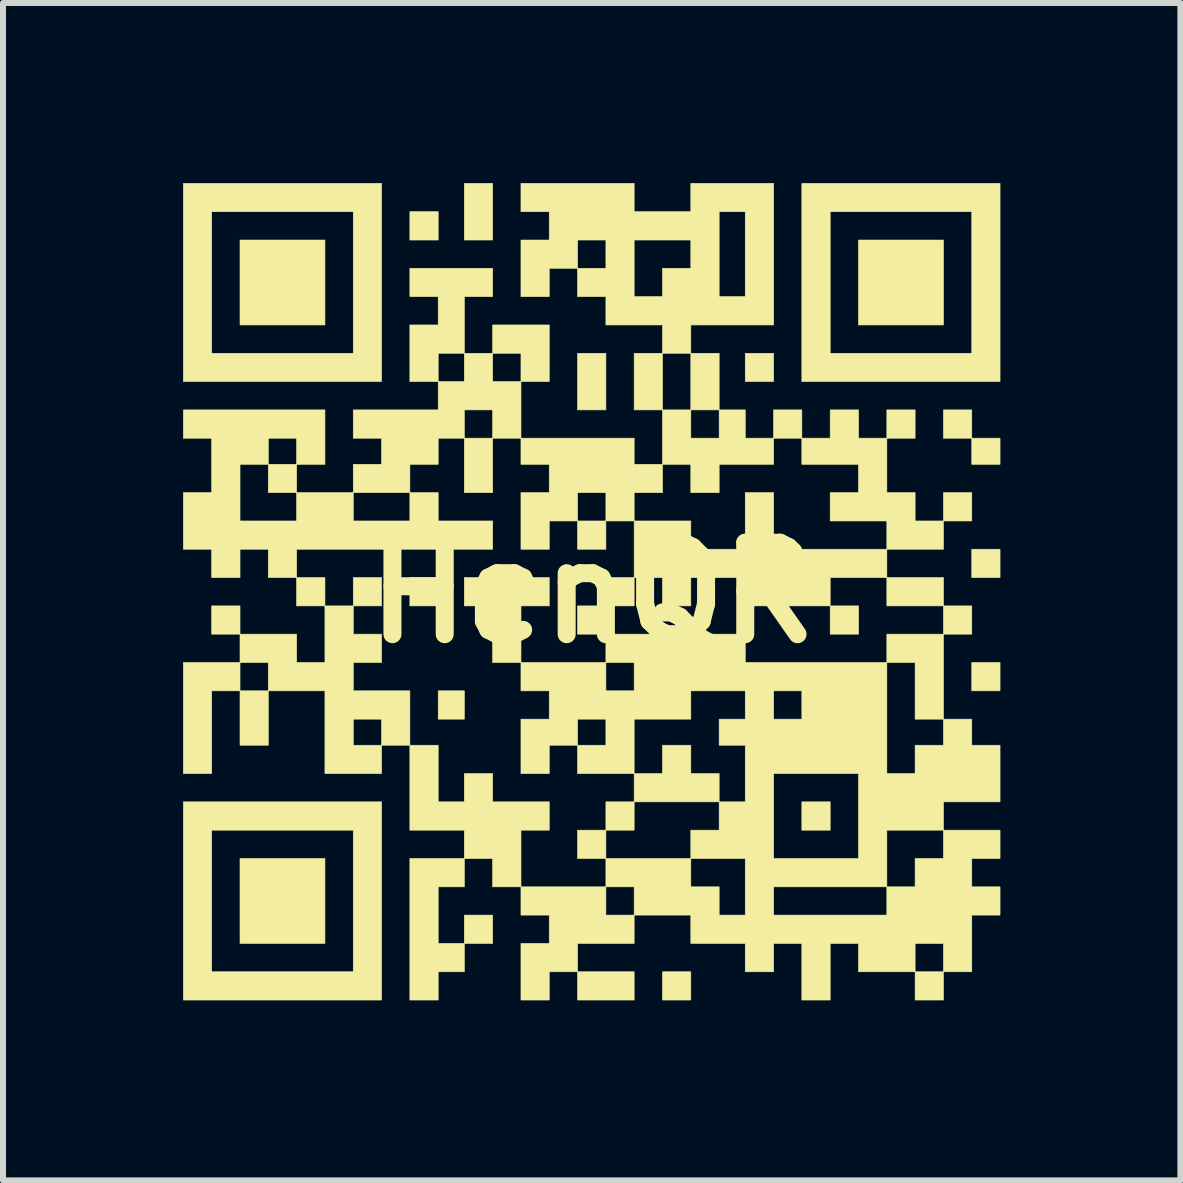
<source format=kicad_pcb>
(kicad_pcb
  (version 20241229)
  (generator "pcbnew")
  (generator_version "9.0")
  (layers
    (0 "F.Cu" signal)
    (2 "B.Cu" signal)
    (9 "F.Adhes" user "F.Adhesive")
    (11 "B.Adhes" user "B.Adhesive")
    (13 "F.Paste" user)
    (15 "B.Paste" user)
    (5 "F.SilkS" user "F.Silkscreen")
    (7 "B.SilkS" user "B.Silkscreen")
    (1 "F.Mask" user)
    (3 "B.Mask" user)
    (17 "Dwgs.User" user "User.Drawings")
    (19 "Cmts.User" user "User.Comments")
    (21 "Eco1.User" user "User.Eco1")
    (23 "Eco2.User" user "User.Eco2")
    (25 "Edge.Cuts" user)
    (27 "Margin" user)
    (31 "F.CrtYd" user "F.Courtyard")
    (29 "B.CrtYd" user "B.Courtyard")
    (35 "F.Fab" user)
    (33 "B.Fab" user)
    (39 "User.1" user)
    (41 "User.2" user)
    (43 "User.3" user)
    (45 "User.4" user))
  (footprint "HenQR"
    (layer "F.Cu")
    (at 6.827 6.827)
    (property "Reference" "HenQR" (at 0 0 0) (layer "F.SilkS") (effects (font (size 1.524 1.524) (thickness 0.3))))
    (attr through_hole)
    (fp_poly (pts (xy -5.878 0.689) (xy -6.35 0.689) (xy -6.35 0.218) (xy -5.878 0.218) (xy -5.878 0.689)) (stroke (width 0.01) (type solid)) (fill yes) (layer "F.SilkS"))
    (fp_poly (pts (xy -4.463 -4.463) (xy -5.878 -4.463) (xy -5.878 -5.878) (xy -4.463 -5.878) (xy -4.463 -4.463)) (stroke (width 0.01) (type solid)) (fill yes) (layer "F.SilkS"))
    (fp_poly (pts (xy -4.463 0.218) (xy -4.935 0.218) (xy -4.935 -0.254) (xy -4.463 -0.254) (xy -4.463 0.218)) (stroke (width 0.01) (type solid)) (fill yes) (layer "F.SilkS"))
    (fp_poly (pts (xy -4.463 5.842) (xy -5.878 5.842) (xy -5.878 4.427) (xy -4.463 4.427) (xy -4.463 5.842)) (stroke (width 0.01) (type solid)) (fill yes) (layer "F.SilkS"))
    (fp_poly (pts (xy -3.52 0.218) (xy -3.991 0.218) (xy -3.991 -0.254) (xy -3.52 -0.254) (xy -3.52 0.218)) (stroke (width 0.01) (type solid)) (fill yes) (layer "F.SilkS"))
    (fp_poly (pts (xy -2.576 -5.878) (xy -3.048 -5.878) (xy -3.048 -6.35) (xy -2.576 -6.35) (xy -2.576 -5.878)) (stroke (width 0.01) (type solid)) (fill yes) (layer "F.SilkS"))
    (fp_poly (pts (xy -2.576 0.218) (xy -3.048 0.218) (xy -3.048 -0.254) (xy -2.576 -0.254) (xy -2.576 0.218)) (stroke (width 0.01) (type solid)) (fill yes) (layer "F.SilkS"))
    (fp_poly (pts (xy -2.141 2.105) (xy -2.576 2.105) (xy -2.576 1.633) (xy -2.141 1.633) (xy -2.141 2.105)) (stroke (width 0.01) (type solid)) (fill yes) (layer "F.SilkS"))
    (fp_poly (pts (xy -1.669 -5.878) (xy -2.141 -5.878) (xy -2.141 -6.822) (xy -1.669 -6.822) (xy -1.669 -5.878)) (stroke (width 0.01) (type solid)) (fill yes) (layer "F.SilkS"))
    (fp_poly (pts (xy -1.669 -1.669) (xy -2.141 -1.669) (xy -2.141 -2.576) (xy -1.669 -2.576) (xy -1.669 -1.669)) (stroke (width 0.01) (type solid)) (fill yes) (layer "F.SilkS"))
    (fp_poly (pts (xy -1.669 5.842) (xy -2.141 5.842) (xy -2.141 5.37) (xy -1.669 5.37) (xy -1.669 5.842)) (stroke (width 0.01) (type solid)) (fill yes) (layer "F.SilkS"))
    (fp_poly (pts (xy 0.218 -3.048) (xy -0.254 -3.048) (xy -0.254 -3.991) (xy 0.218 -3.991) (xy 0.218 -3.048)) (stroke (width 0.01) (type solid)) (fill yes) (layer "F.SilkS"))
    (fp_poly (pts (xy 0.218 -0.726) (xy -0.254 -0.726) (xy -0.254 -1.197) (xy 0.218 -1.197) (xy 0.218 -0.726)) (stroke (width 0.01) (type solid)) (fill yes) (layer "F.SilkS"))
    (fp_poly (pts (xy 0.218 0.689) (xy -0.254 0.689) (xy -0.254 0.218) (xy 0.218 0.218) (xy 0.218 0.689)) (stroke (width 0.01) (type solid)) (fill yes) (layer "F.SilkS"))
    (fp_poly (pts (xy 0.218 4.427) (xy -0.254 4.427) (xy -0.254 3.955) (xy 0.218 3.955) (xy 0.218 4.427)) (stroke (width 0.01) (type solid)) (fill yes) (layer "F.SilkS"))
    (fp_poly (pts (xy 0.689 0.218) (xy 0.218 0.218) (xy 0.218 -0.254) (xy 0.689 -0.254) (xy 0.689 0.218)) (stroke (width 0.01) (type solid)) (fill yes) (layer "F.SilkS"))
    (fp_poly (pts (xy 0.689 3.955) (xy 0.218 3.955) (xy 0.218 3.483) (xy 0.689 3.483) (xy 0.689 3.955)) (stroke (width 0.01) (type solid)) (fill yes) (layer "F.SilkS"))
    (fp_poly (pts (xy 0.689 6.785) (xy -0.254 6.785) (xy -0.254 6.314) (xy 0.689 6.314) (xy 0.689 6.785)) (stroke (width 0.01) (type solid)) (fill yes) (layer "F.SilkS"))
    (fp_poly (pts (xy 1.633 6.785) (xy 1.161 6.785) (xy 1.161 6.314) (xy 1.633 6.314) (xy 1.633 6.785)) (stroke (width 0.01) (type solid)) (fill yes) (layer "F.SilkS"))
    (fp_poly (pts (xy 3.012 -3.52) (xy 2.54 -3.52) (xy 2.54 -3.991) (xy 3.012 -3.991) (xy 3.012 -3.52)) (stroke (width 0.01) (type solid)) (fill yes) (layer "F.SilkS"))
    (fp_poly (pts (xy 3.955 3.955) (xy 3.483 3.955) (xy 3.483 3.483) (xy 3.955 3.483) (xy 3.955 3.955)) (stroke (width 0.01) (type solid)) (fill yes) (layer "F.SilkS"))
    (fp_poly (pts (xy 4.427 0.689) (xy 3.955 0.689) (xy 3.955 0.218) (xy 4.427 0.218) (xy 4.427 0.689)) (stroke (width 0.01) (type solid)) (fill yes) (layer "F.SilkS"))
    (fp_poly (pts (xy 5.37 -2.576) (xy 4.899 -2.576) (xy 4.899 -3.048) (xy 5.37 -3.048) (xy 5.37 -2.576)) (stroke (width 0.01) (type solid)) (fill yes) (layer "F.SilkS"))
    (fp_poly (pts (xy 5.842 -4.463) (xy 4.427 -4.463) (xy 4.427 -5.878) (xy 5.842 -5.878) (xy 5.842 -4.463)) (stroke (width 0.01) (type solid)) (fill yes) (layer "F.SilkS"))
    (fp_poly (pts (xy 5.842 0.218) (xy 4.899 0.218) (xy 4.899 -0.254) (xy 5.842 -0.254) (xy 5.842 0.218)) (stroke (width 0.01) (type solid)) (fill yes) (layer "F.SilkS"))
    (fp_poly (pts (xy 6.314 -2.576) (xy 5.842 -2.576) (xy 5.842 -3.048) (xy 6.314 -3.048) (xy 6.314 -2.576)) (stroke (width 0.01) (type solid)) (fill yes) (layer "F.SilkS"))
    (fp_poly (pts (xy 6.314 -1.197) (xy 5.842 -1.197) (xy 5.842 -1.669) (xy 6.314 -1.669) (xy 6.314 -1.197)) (stroke (width 0.01) (type solid)) (fill yes) (layer "F.SilkS"))
    (fp_poly (pts (xy 6.314 0.689) (xy 5.842 0.689) (xy 5.842 0.218) (xy 6.314 0.218) (xy 6.314 0.689)) (stroke (width 0.01) (type solid)) (fill yes) (layer "F.SilkS"))
    (fp_poly (pts (xy 6.785 -2.141) (xy 6.314 -2.141) (xy 6.314 -2.576) (xy 6.785 -2.576) (xy 6.785 -2.141)) (stroke (width 0.01) (type solid)) (fill yes) (layer "F.SilkS"))
    (fp_poly (pts (xy 6.785 -0.254) (xy 6.314 -0.254) (xy 6.314 -0.726) (xy 6.785 -0.726) (xy 6.785 -0.254)) (stroke (width 0.01) (type solid)) (fill yes) (layer "F.SilkS"))
    (fp_poly (pts (xy 6.785 1.633) (xy 6.314 1.633) (xy 6.314 1.161) (xy 6.785 1.161) (xy 6.785 1.633)) (stroke (width 0.01) (type solid)) (fill yes) (layer "F.SilkS"))
    (fp_poly (pts (xy -0.726 0.218) (xy -1.197 0.218) (xy -1.197 1.161) (xy -1.669 1.161) (xy -1.669 0.218) (xy -2.141 0.218) (xy -2.141 -0.254) (xy -0.726 -0.254) (xy -0.726 0.218)) (stroke (width 0.01) (type solid)) (fill yes) (layer "F.SilkS"))
    (fp_poly (pts (xy 1.633 3.012) (xy 2.105 3.012) (xy 2.105 3.483) (xy 0.689 3.483) (xy 0.689 3.012) (xy 1.161 3.012) (xy 1.161 2.54) (xy 1.633 2.54) (xy 1.633 3.012)) (stroke (width 0.01) (type solid)) (fill yes) (layer "F.SilkS"))
    (fp_poly (pts (xy -2.141 4.899) (xy -2.576 4.899) (xy -2.576 5.842) (xy -2.141 5.842) (xy -2.141 6.314) (xy -2.576 6.314) (xy -2.576 6.785) (xy -3.048 6.785) (xy -3.048 4.427) (xy -2.141 4.427) (xy -2.141 4.899)) (stroke (width 0.01) (type solid)) (fill yes) (layer "F.SilkS"))
    (fp_poly (pts (xy -3.52 -3.52) (xy -6.822 -3.52) (xy -6.822 -6.35) (xy -6.35 -6.35) (xy -6.35 -3.991) (xy -3.991 -3.991) (xy -3.991 -6.35) (xy -6.35 -6.35) (xy -6.822 -6.35) (xy -6.822 -6.822) (xy -3.52 -6.822) (xy -3.52 -3.52)) (stroke (width 0.01) (type solid)) (fill yes) (layer "F.SilkS"))
    (fp_poly (pts (xy -3.52 6.785) (xy -6.822 6.785) (xy -6.822 3.955) (xy -6.35 3.955) (xy -6.35 6.314) (xy -3.991 6.314) (xy -3.991 3.955) (xy -6.35 3.955) (xy -6.822 3.955) (xy -6.822 3.483) (xy -3.52 3.483) (xy -3.52 6.785)) (stroke (width 0.01) (type solid)) (fill yes) (layer "F.SilkS"))
    (fp_poly (pts (xy 6.785 -3.52) (xy 3.483 -3.52) (xy 3.483 -6.35) (xy 3.955 -6.35) (xy 3.955 -3.991) (xy 6.314 -3.991) (xy 6.314 -6.35) (xy 3.955 -6.35) (xy 3.483 -6.35) (xy 3.483 -6.822) (xy 6.785 -6.822) (xy 6.785 -3.52)) (stroke (width 0.01) (type solid)) (fill yes) (layer "F.SilkS"))
    (fp_poly (pts (xy -2.141 3.955) (xy -3.048 3.955) (xy -3.048 2.54) (xy -2.576 2.54) (xy -2.576 3.483) (xy -2.141 3.483) (xy -2.141 3.012) (xy -1.669 3.012) (xy -1.669 3.483) (xy -0.726 3.483) (xy -0.726 3.955) (xy -1.197 3.955) (xy -1.197 4.899) (xy -1.669 4.899) (xy -1.669 4.427) (xy -2.141 4.427) (xy -2.141 3.955)) (stroke (width 0.01) (type solid)) (fill yes) (layer "F.SilkS"))
    (fp_poly (pts (xy -3.991 0.689) (xy -3.52 0.689) (xy -3.52 1.161) (xy -3.991 1.161) (xy -3.991 1.633) (xy -3.048 1.633) (xy -3.048 2.54) (xy -3.52 2.54) (xy -3.52 3.012) (xy -4.463 3.012) (xy -4.463 2.105) (xy -3.991 2.105) (xy -3.991 2.54) (xy -3.52 2.54) (xy -3.52 2.105) (xy -3.991 2.105) (xy -4.463 2.105) (xy -4.463 1.633) (xy -5.407 1.633) (xy -5.407 2.54) (xy -5.878 2.54) (xy -5.878 1.633) (xy -6.35 1.633) (xy -6.35 3.012) (xy -6.822 3.012) (xy -6.822 1.161) (xy -5.878 1.161) (xy -5.878 1.633) (xy -5.407 1.633) (xy -5.407 1.161) (xy -5.878 1.161) (xy -5.878 0.689) (xy -4.935 0.689) (xy -4.935 1.161) (xy -4.463 1.161) (xy -4.463 0.218) (xy -3.991 0.218) (xy -3.991 0.689)) (stroke (width 0.01) (type solid)) (fill yes) (layer "F.SilkS"))
    (fp_poly (pts (xy -4.463 -2.141) (xy -4.935 -2.141) (xy -4.935 -1.669) (xy -3.991 -1.669) (xy -3.991 -1.197) (xy -3.048 -1.197) (xy -3.048 -1.669) (xy -2.576 -1.669) (xy -2.576 -1.197) (xy -1.669 -1.197) (xy -1.669 -0.726) (xy -4.935 -0.726) (xy -4.935 -0.254) (xy -5.407 -0.254) (xy -5.407 -0.726) (xy -5.878 -0.726) (xy -5.878 -0.254) (xy -6.35 -0.254) (xy -6.35 -0.726) (xy -6.822 -0.726) (xy -6.822 -1.669) (xy -6.35 -1.669) (xy -6.35 -2.141) (xy -5.878 -2.141) (xy -5.878 -1.197) (xy -4.935 -1.197) (xy -4.935 -1.669) (xy -5.407 -1.669) (xy -5.407 -2.141) (xy -5.878 -2.141) (xy -6.35 -2.141) (xy -6.35 -2.576) (xy -5.407 -2.576) (xy -5.407 -2.141) (xy -4.935 -2.141) (xy -4.935 -2.576) (xy -5.407 -2.576) (xy -6.35 -2.576) (xy -6.822 -2.576) (xy -6.822 -3.048) (xy -4.463 -3.048) (xy -4.463 -2.141)) (stroke (width 0.01) (type solid)) (fill yes) (layer "F.SilkS"))
    (fp_poly (pts (xy -1.669 -4.935) (xy -2.141 -4.935) (xy -2.141 -3.991) (xy -1.669 -3.991) (xy -1.669 -3.52) (xy -1.197 -3.52) (xy -1.197 -3.991) (xy -1.669 -3.991) (xy -1.669 -4.463) (xy -0.726 -4.463) (xy -0.726 -3.52) (xy -1.197 -3.52) (xy -1.197 -2.576) (xy -1.669 -2.576) (xy -1.669 -3.048) (xy -2.141 -3.048) (xy -2.141 -2.576) (xy -2.576 -2.576) (xy -2.576 -2.141) (xy -3.048 -2.141) (xy -3.048 -1.669) (xy -3.991 -1.669) (xy -3.991 -2.141) (xy -3.52 -2.141) (xy -3.52 -2.576) (xy -3.991 -2.576) (xy -3.991 -3.048) (xy -2.576 -3.048) (xy -2.576 -3.52) (xy -3.048 -3.52) (xy -3.048 -3.991) (xy -2.576 -3.991) (xy -2.576 -3.52) (xy -2.141 -3.52) (xy -2.141 -3.991) (xy -2.576 -3.991) (xy -3.048 -3.991) (xy -3.048 -4.463) (xy -2.576 -4.463) (xy -2.576 -4.935) (xy -3.048 -4.935) (xy -3.048 -5.407) (xy -1.669 -5.407) (xy -1.669 -4.935)) (stroke (width 0.01) (type solid)) (fill yes) (layer "F.SilkS"))
    (fp_poly (pts (xy 2.54 -3.048) (xy 2.54 -2.576) (xy 3.012 -2.576) (xy 3.012 -3.048) (xy 3.483 -3.048) (xy 3.483 -2.576) (xy 3.955 -2.576) (xy 3.955 -3.048) (xy 4.427 -3.048) (xy 4.427 -2.576) (xy 4.899 -2.576) (xy 4.899 -1.669) (xy 5.37 -1.669) (xy 5.37 -1.197) (xy 5.842 -1.197) (xy 5.842 -0.726) (xy 4.899 -0.726) (xy 4.899 -0.254) (xy 3.955 -0.254) (xy 3.955 0.218) (xy 2.54 0.218) (xy 2.54 -0.254) (xy 1.633 -0.254) (xy 1.633 0.218) (xy 1.161 0.218) (xy 1.161 -0.254) (xy 0.689 -0.254) (xy 0.689 -1.197) (xy 0.218 -1.197) (xy 0.218 -1.669) (xy 0.689 -1.669) (xy 0.689 -1.197) (xy 1.633 -1.197) (xy 1.633 -0.726) (xy 2.54 -0.726) (xy 2.54 -1.669) (xy 3.012 -1.669) (xy 3.012 -0.726) (xy 4.899 -0.726) (xy 4.899 -1.197) (xy 3.955 -1.197) (xy 3.955 -1.669) (xy 4.427 -1.669) (xy 4.427 -2.141) (xy 3.483 -2.141) (xy 3.483 -2.576) (xy 3.012 -2.576) (xy 3.012 -2.141) (xy 2.105 -2.141) (xy 2.105 -1.669) (xy 1.633 -1.669) (xy 1.633 -2.141) (xy 1.161 -2.141) (xy 1.161 -1.669) (xy 0.689 -1.669) (xy 0.218 -1.669) (xy -0.254 -1.669) (xy -0.254 -1.197) (xy -0.726 -1.197) (xy -0.726 -0.726) (xy -1.197 -0.726) (xy -1.197 -1.669) (xy -0.726 -1.669) (xy -0.726 -2.141) (xy -1.197 -2.141) (xy -1.197 -2.576) (xy 0.689 -2.576) (xy 0.689 -2.141) (xy 1.161 -2.141) (xy 1.161 -3.048) (xy 0.689 -3.048) (xy 0.689 -3.991) (xy 1.161 -3.991) (xy 1.161 -3.048) (xy 1.633 -3.048) (xy 1.633 -2.576) (xy 2.105 -2.576) (xy 2.105 -3.048) (xy 1.633 -3.048) (xy 1.633 -3.991) (xy 1.161 -3.991) (xy 1.161 -4.463) (xy 0.218 -4.463) (xy 0.218 -4.935) (xy -0.254 -4.935) (xy -0.254 -5.407) (xy -0.726 -5.407) (xy -0.726 -4.935) (xy -1.197 -4.935) (xy -1.197 -5.878) (xy -0.726 -5.878) (xy -0.254 -5.878) (xy -0.254 -5.407) (xy 0.218 -5.407) (xy 0.218 -5.878) (xy 0.689 -5.878) (xy 0.689 -4.935) (xy 1.161 -4.935) (xy 1.161 -5.407) (xy 1.633 -5.407) (xy 1.633 -5.878) (xy 0.689 -5.878) (xy 0.218 -5.878) (xy -0.254 -5.878) (xy -0.726 -5.878) (xy -0.726 -6.35) (xy -1.197 -6.35) (xy -1.197 -6.822) (xy 0.689 -6.822) (xy 0.689 -6.35) (xy 1.633 -6.35) (xy 2.105 -6.35) (xy 2.105 -4.935) (xy 2.54 -4.935) (xy 2.54 -6.35) (xy 2.105 -6.35) (xy 1.633 -6.35) (xy 1.633 -6.822) (xy 3.012 -6.822) (xy 3.012 -4.463) (xy 1.633 -4.463) (xy 1.633 -3.991) (xy 2.105 -3.991) (xy 2.105 -3.048) (xy 2.54 -3.048)) (stroke (width 0.01) (type solid)) (fill yes) (layer "F.SilkS"))
    (fp_poly (pts (xy 6.785 3.955) (xy 6.785 4.427) (xy 6.314 4.427) (xy 6.314 4.899) (xy 6.785 4.899) (xy 6.785 5.37) (xy 6.314 5.37) (xy 6.314 6.314) (xy 5.842 6.314) (xy 5.842 6.785) (xy 5.37 6.785) (xy 5.37 6.314) (xy 4.427 6.314) (xy 4.427 5.842) (xy 5.37 5.842) (xy 5.37 6.314) (xy 5.842 6.314) (xy 5.842 5.842) (xy 5.37 5.842) (xy 4.427 5.842) (xy 3.955 5.842) (xy 3.955 6.785) (xy 3.483 6.785) (xy 3.483 5.842) (xy 3.012 5.842) (xy 3.012 6.314) (xy 2.54 6.314) (xy 2.54 5.842) (xy 1.633 5.842) (xy 1.633 5.37) (xy 0.689 5.37) (xy 0.689 5.842) (xy -0.254 5.842) (xy -0.254 6.314) (xy -0.726 6.314) (xy -0.726 6.785) (xy -1.197 6.785) (xy -1.197 5.842) (xy -0.726 5.842) (xy -0.726 5.37) (xy -1.197 5.37) (xy -1.197 4.899) (xy 0.218 4.899) (xy 0.218 5.37) (xy 0.689 5.37) (xy 0.689 4.899) (xy 0.218 4.899) (xy 0.218 4.427) (xy 1.633 4.427) (xy 1.633 4.899) (xy 2.105 4.899) (xy 2.105 5.37) (xy 2.54 5.37) (xy 2.54 4.899) (xy 3.012 4.899) (xy 3.012 5.37) (xy 4.899 5.37) (xy 4.899 4.899) (xy 3.012 4.899) (xy 2.54 4.899) (xy 2.54 4.427) (xy 1.633 4.427) (xy 1.633 3.955) (xy 2.105 3.955) (xy 2.105 3.483) (xy 2.54 3.483) (xy 2.54 3.012) (xy 3.012 3.012) (xy 3.012 4.427) (xy 4.427 4.427) (xy 4.427 3.955) (xy 4.899 3.955) (xy 4.899 4.899) (xy 5.37 4.899) (xy 5.37 4.427) (xy 5.842 4.427) (xy 5.842 3.955) (xy 4.899 3.955) (xy 4.427 3.955) (xy 4.427 3.012) (xy 3.012 3.012) (xy 2.54 3.012) (xy 2.54 2.54) (xy 2.105 2.54) (xy 2.105 2.105) (xy 2.54 2.105) (xy 2.54 1.633) (xy 3.012 1.633) (xy 3.012 2.105) (xy 3.483 2.105) (xy 3.483 1.633) (xy 3.012 1.633) (xy 2.54 1.633) (xy 1.633 1.633) (xy 1.633 2.105) (xy 0.689 2.105) (xy 0.689 3.012) (xy -0.254 3.012) (xy -0.254 2.54) (xy -0.726 2.54) (xy -0.726 3.012) (xy -1.197 3.012) (xy -1.197 2.105) (xy -0.726 2.105) (xy -0.254 2.105) (xy -0.254 2.54) (xy 0.218 2.54) (xy 0.218 2.105) (xy -0.254 2.105) (xy -0.726 2.105) (xy -0.726 1.633) (xy -1.197 1.633) (xy -1.197 1.161) (xy 0.218 1.161) (xy 0.218 1.633) (xy 0.689 1.633) (xy 0.689 1.161) (xy 0.218 1.161) (xy 0.218 0.689) (xy 2.54 0.689) (xy 2.54 1.161) (xy 4.899 1.161) (xy 4.899 3.012) (xy 5.37 3.012) (xy 5.37 2.54) (xy 5.842 2.54) (xy 5.842 2.105) (xy 5.37 2.105) (xy 5.37 1.161) (xy 4.899 1.161) (xy 4.899 0.689) (xy 5.842 0.689) (xy 5.842 2.105) (xy 6.314 2.105) (xy 6.314 2.54) (xy 6.785 2.54) (xy 6.785 3.483) (xy 5.842 3.483) (xy 5.842 3.955) (xy 6.785 3.955)) (stroke (width 0.01) (type solid)) (fill yes) (layer "F.SilkS")))
  (gr_rect
    (start -3 -3)
    (end 16.617 16.617)
    (stroke (width 0.1) (type default))
    (fill no)
    (layer "Edge.Cuts")))
</source>
